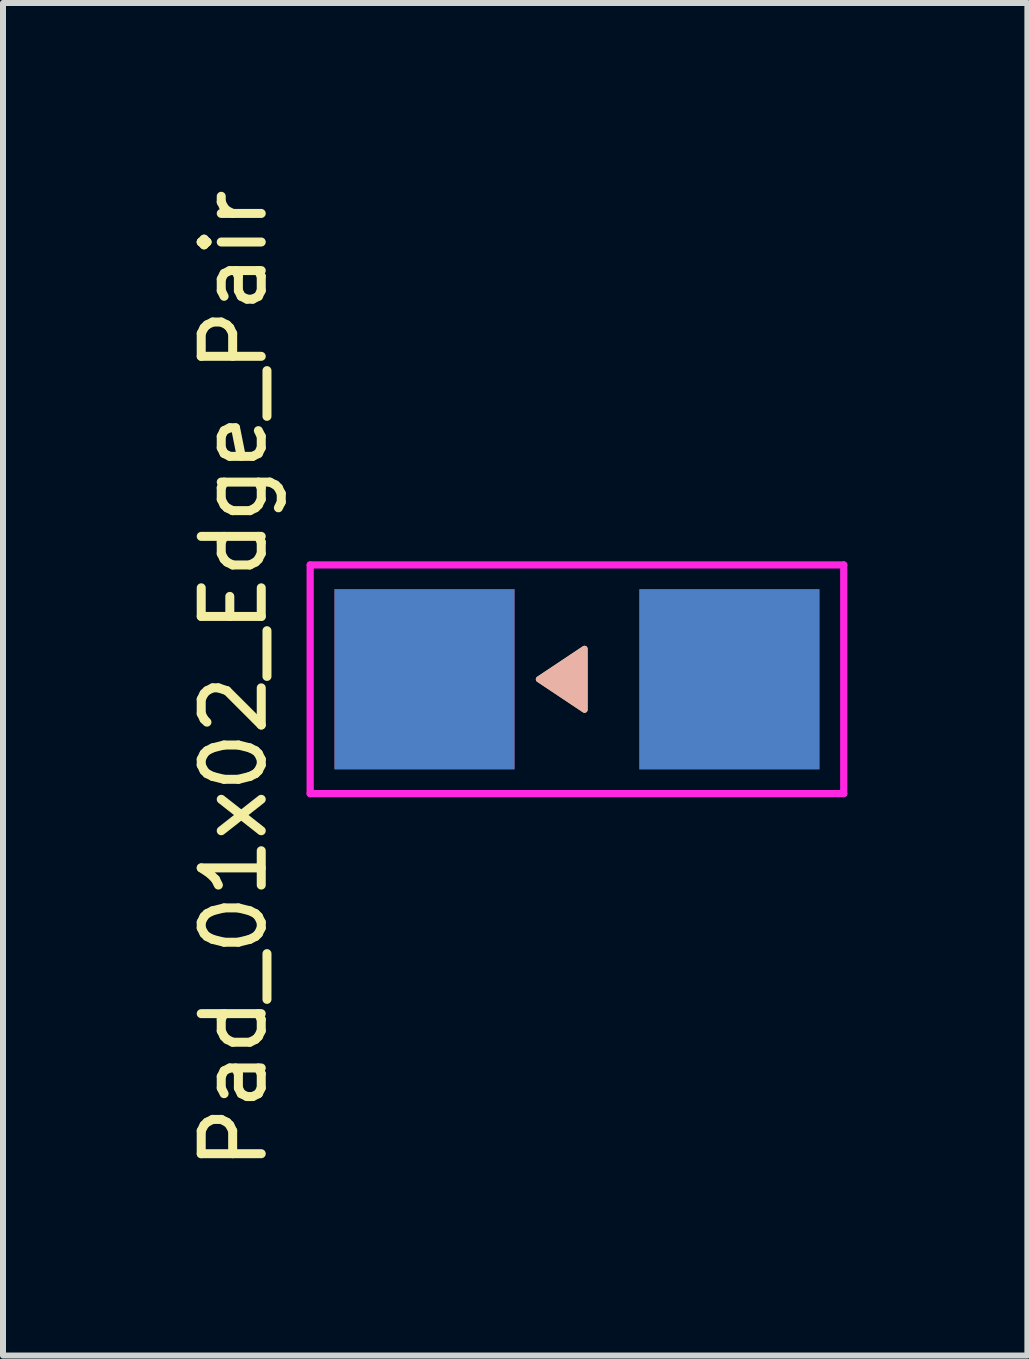
<source format=kicad_pcb>
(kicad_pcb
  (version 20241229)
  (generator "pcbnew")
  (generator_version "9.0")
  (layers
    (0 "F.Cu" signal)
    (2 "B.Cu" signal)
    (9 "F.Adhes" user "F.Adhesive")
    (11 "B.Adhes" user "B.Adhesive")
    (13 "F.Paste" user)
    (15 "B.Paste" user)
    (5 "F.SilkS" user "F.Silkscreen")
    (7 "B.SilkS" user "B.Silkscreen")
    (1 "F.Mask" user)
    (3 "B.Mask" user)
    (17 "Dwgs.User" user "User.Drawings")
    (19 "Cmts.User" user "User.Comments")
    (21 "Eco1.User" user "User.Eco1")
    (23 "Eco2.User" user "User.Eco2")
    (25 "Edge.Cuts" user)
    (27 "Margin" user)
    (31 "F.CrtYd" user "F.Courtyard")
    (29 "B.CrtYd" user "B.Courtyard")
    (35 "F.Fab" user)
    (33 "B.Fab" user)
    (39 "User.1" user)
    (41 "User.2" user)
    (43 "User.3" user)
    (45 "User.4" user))
  (footprint "Pad_01x02_Edge_Pair"
    (layer "F.Cu")
    (at 4.023 8.268)
    (property "Reference" "Pad_01x02_Edge_Pair" (at -3.175 0 270) (layer "F.SilkS") (effects (font (size 1 1) (thickness 0.15))))
    (attr smd)
    (fp_poly (pts (xy 1.905 0) (xy 2.667 -0.508) (xy 2.667 0.508)) (stroke (width 0.1) (type solid)) (fill yes) (layer "F.SilkS"))
    (fp_poly (pts (xy 1.905 0) (xy 2.667 -0.508) (xy 2.667 0.508)) (stroke (width 0.1) (type solid)) (fill yes) (layer "B.SilkS"))
    (fp_line (start -1.905 -1.905) (end -1.905 1.905) (stroke (width 0.12) (type solid)) (layer "F.CrtYd"))
    (fp_line (start -1.905 1.905) (end 6.985 1.905) (stroke (width 0.12) (type solid)) (layer "F.CrtYd"))
    (fp_line (start 6.985 -1.905) (end -1.905 -1.905) (stroke (width 0.12) (type solid)) (layer "F.CrtYd"))
    (fp_line (start 6.985 1.905) (end 6.985 -1.905) (stroke (width 0.12) (type solid)) (layer "F.CrtYd"))
    (pad "1" smd rect (at 0 0) (size 3 3) (layers "F.Cu" "F.Mask"))
    (pad "1" smd rect (at 0 0) (size 3 3) (layers "B.Cu" "B.Mask"))
    (pad "2" smd rect (at 5.08 0) (size 3 3) (layers "F.Cu" "F.Mask"))
    (pad "2" smd rect (at 5.08 0) (size 3 3) (layers "B.Cu" "B.Mask")))
  (gr_rect
    (start -3 -3)
    (end 14.068 19.536)
    (stroke (width 0.1) (type default))
    (fill no)
    (layer "Edge.Cuts")))
</source>
